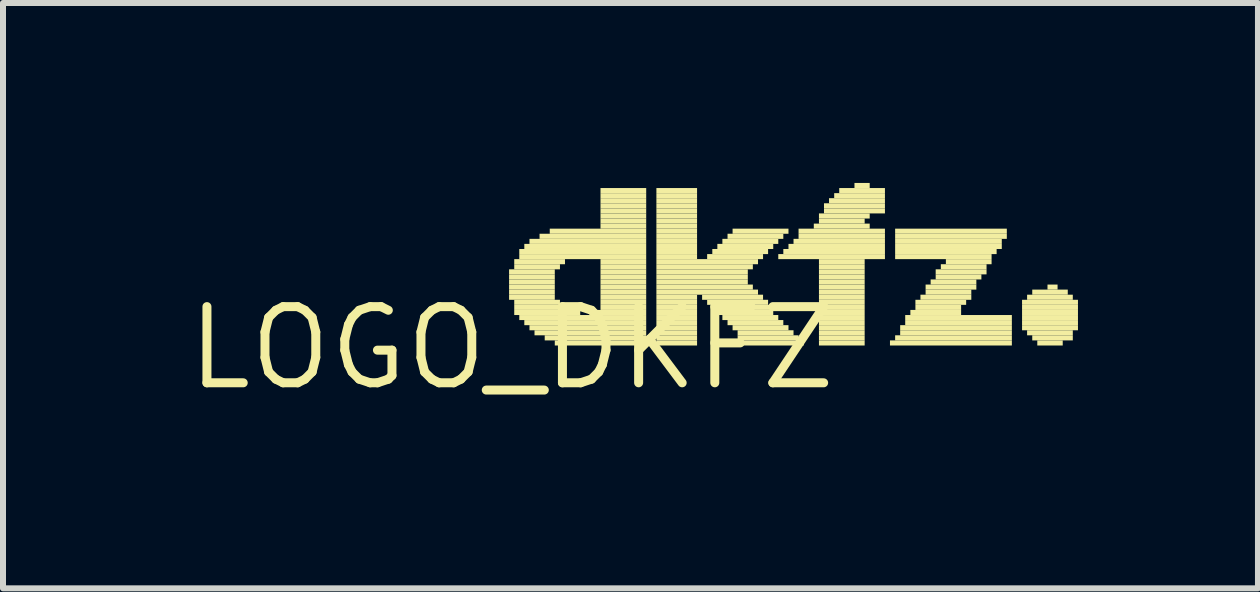
<source format=kicad_pcb>
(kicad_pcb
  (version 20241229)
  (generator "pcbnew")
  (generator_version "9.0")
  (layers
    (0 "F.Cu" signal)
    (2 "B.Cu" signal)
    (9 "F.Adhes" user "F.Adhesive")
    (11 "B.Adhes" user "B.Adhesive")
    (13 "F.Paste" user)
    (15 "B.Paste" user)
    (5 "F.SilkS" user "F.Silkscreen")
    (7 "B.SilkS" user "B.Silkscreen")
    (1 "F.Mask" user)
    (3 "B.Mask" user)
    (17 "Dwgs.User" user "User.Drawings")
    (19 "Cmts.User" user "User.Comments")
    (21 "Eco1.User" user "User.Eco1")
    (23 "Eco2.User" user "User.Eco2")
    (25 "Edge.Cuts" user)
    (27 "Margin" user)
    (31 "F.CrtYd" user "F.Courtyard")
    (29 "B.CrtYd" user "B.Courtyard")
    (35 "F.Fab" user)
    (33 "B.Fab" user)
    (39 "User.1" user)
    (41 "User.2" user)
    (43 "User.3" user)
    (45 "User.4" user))
  (footprint "LOGO_DKFZ"
    (layer "F.Cu")
    (at 5.48 2.752)
    (property "Reference" "LOGO_DKFZ" (at 0 0 0) (layer "F.SilkS") (effects (font (size 1.27 1.27) (thickness 0.15))))
    (fp_poly (pts (xy -0.043 -1.228) (xy 0.719 -1.228) (xy 0.719 -1.312) (xy -0.043 -1.312)) (stroke (width 0) (type default)) (fill yes) (layer "F.SilkS"))
    (fp_poly (pts (xy -0.043 -1.143) (xy 0.719 -1.143) (xy 0.719 -1.228) (xy -0.043 -1.228)) (stroke (width 0) (type default)) (fill yes) (layer "F.SilkS"))
    (fp_poly (pts (xy -0.043 -1.058) (xy 0.719 -1.058) (xy 0.719 -1.143) (xy -0.043 -1.143)) (stroke (width 0) (type default)) (fill yes) (layer "F.SilkS"))
    (fp_poly (pts (xy -0.043 -0.974) (xy 0.719 -0.974) (xy 0.719 -1.058) (xy -0.043 -1.058)) (stroke (width 0) (type default)) (fill yes) (layer "F.SilkS"))
    (fp_poly (pts (xy -0.043 -0.889) (xy 0.719 -0.889) (xy 0.719 -0.974) (xy -0.043 -0.974)) (stroke (width 0) (type default)) (fill yes) (layer "F.SilkS"))
    (fp_poly (pts (xy -0.043 -0.804) (xy 0.719 -0.804) (xy 0.719 -0.889) (xy -0.043 -0.889)) (stroke (width 0) (type default)) (fill yes) (layer "F.SilkS"))
    (fp_poly (pts (xy 0.043 -1.397) (xy 0.889 -1.397) (xy 0.889 -1.482) (xy 0.043 -1.482)) (stroke (width 0) (type default)) (fill yes) (layer "F.SilkS"))
    (fp_poly (pts (xy 0.043 -1.312) (xy 0.805 -1.312) (xy 0.805 -1.397) (xy 0.043 -1.397)) (stroke (width 0) (type default)) (fill yes) (layer "F.SilkS"))
    (fp_poly (pts (xy 0.043 -0.72) (xy 0.805 -0.72) (xy 0.805 -0.804) (xy 0.043 -0.804)) (stroke (width 0) (type default)) (fill yes) (layer "F.SilkS"))
    (fp_poly (pts (xy 0.043 -0.635) (xy 0.889 -0.635) (xy 0.889 -0.72) (xy 0.043 -0.72)) (stroke (width 0) (type default)) (fill yes) (layer "F.SilkS"))
    (fp_poly (pts (xy 0.043 -0.55) (xy 1.143 -0.55) (xy 1.143 -0.635) (xy 0.043 -0.635)) (stroke (width 0) (type default)) (fill yes) (layer "F.SilkS"))
    (fp_poly (pts (xy 0.127 -1.566) (xy 2.243 -1.566) (xy 2.243 -1.651) (xy 0.127 -1.651)) (stroke (width 0) (type default)) (fill yes) (layer "F.SilkS"))
    (fp_poly (pts (xy 0.127 -1.482) (xy 2.243 -1.482) (xy 2.243 -1.566) (xy 0.127 -1.566)) (stroke (width 0) (type default)) (fill yes) (layer "F.SilkS"))
    (fp_poly (pts (xy 0.127 -0.466) (xy 2.243 -0.466) (xy 2.243 -0.55) (xy 0.127 -0.55)) (stroke (width 0) (type default)) (fill yes) (layer "F.SilkS"))
    (fp_poly (pts (xy 0.211 -1.651) (xy 2.243 -1.651) (xy 2.243 -1.736) (xy 0.211 -1.736)) (stroke (width 0) (type default)) (fill yes) (layer "F.SilkS"))
    (fp_poly (pts (xy 0.211 -0.381) (xy 2.243 -0.381) (xy 2.243 -0.466) (xy 0.211 -0.466)) (stroke (width 0) (type default)) (fill yes) (layer "F.SilkS"))
    (fp_poly (pts (xy 0.297 -1.736) (xy 2.243 -1.736) (xy 2.243 -1.82) (xy 0.297 -1.82)) (stroke (width 0) (type default)) (fill yes) (layer "F.SilkS"))
    (fp_poly (pts (xy 0.297 -0.296) (xy 2.243 -0.296) (xy 2.243 -0.381) (xy 0.297 -0.381)) (stroke (width 0) (type default)) (fill yes) (layer "F.SilkS"))
    (fp_poly (pts (xy 0.381 -0.212) (xy 2.243 -0.212) (xy 2.243 -0.296) (xy 0.381 -0.296)) (stroke (width 0) (type default)) (fill yes) (layer "F.SilkS"))
    (fp_poly (pts (xy 0.465 -1.82) (xy 2.243 -1.82) (xy 2.243 -1.905) (xy 0.465 -1.905)) (stroke (width 0) (type default)) (fill yes) (layer "F.SilkS"))
    (fp_poly (pts (xy 0.551 -0.127) (xy 2.243 -0.127) (xy 2.243 -0.212) (xy 0.551 -0.212)) (stroke (width 0) (type default)) (fill yes) (layer "F.SilkS"))
    (fp_poly (pts (xy 0.635 -1.905) (xy 2.243 -1.905) (xy 2.243 -1.99) (xy 0.635 -1.99)) (stroke (width 0) (type default)) (fill yes) (layer "F.SilkS"))
    (fp_poly (pts (xy 0.719 -0.042) (xy 2.243 -0.042) (xy 2.243 -0.127) (xy 0.719 -0.127)) (stroke (width 0) (type default)) (fill yes) (layer "F.SilkS"))
    (fp_poly (pts (xy 1.313 -0.55) (xy 2.243 -0.55) (xy 2.243 -0.635) (xy 1.313 -0.635)) (stroke (width 0) (type default)) (fill yes) (layer "F.SilkS"))
    (fp_poly (pts (xy 1.481 -2.582) (xy 2.243 -2.582) (xy 2.243 -2.667) (xy 1.481 -2.667)) (stroke (width 0) (type default)) (fill yes) (layer "F.SilkS"))
    (fp_poly (pts (xy 1.481 -2.498) (xy 2.243 -2.498) (xy 2.243 -2.582) (xy 1.481 -2.582)) (stroke (width 0) (type default)) (fill yes) (layer "F.SilkS"))
    (fp_poly (pts (xy 1.481 -2.413) (xy 2.243 -2.413) (xy 2.243 -2.498) (xy 1.481 -2.498)) (stroke (width 0) (type default)) (fill yes) (layer "F.SilkS"))
    (fp_poly (pts (xy 1.481 -2.328) (xy 2.243 -2.328) (xy 2.243 -2.413) (xy 1.481 -2.413)) (stroke (width 0) (type default)) (fill yes) (layer "F.SilkS"))
    (fp_poly (pts (xy 1.481 -2.244) (xy 2.243 -2.244) (xy 2.243 -2.328) (xy 1.481 -2.328)) (stroke (width 0) (type default)) (fill yes) (layer "F.SilkS"))
    (fp_poly (pts (xy 1.481 -2.159) (xy 2.243 -2.159) (xy 2.243 -2.244) (xy 1.481 -2.244)) (stroke (width 0) (type default)) (fill yes) (layer "F.SilkS"))
    (fp_poly (pts (xy 1.481 -2.074) (xy 2.243 -2.074) (xy 2.243 -2.159) (xy 1.481 -2.159)) (stroke (width 0) (type default)) (fill yes) (layer "F.SilkS"))
    (fp_poly (pts (xy 1.481 -1.99) (xy 2.243 -1.99) (xy 2.243 -2.074) (xy 1.481 -2.074)) (stroke (width 0) (type default)) (fill yes) (layer "F.SilkS"))
    (fp_poly (pts (xy 1.481 -1.397) (xy 2.243 -1.397) (xy 2.243 -1.482) (xy 1.481 -1.482)) (stroke (width 0) (type default)) (fill yes) (layer "F.SilkS"))
    (fp_poly (pts (xy 1.481 -1.312) (xy 2.243 -1.312) (xy 2.243 -1.397) (xy 1.481 -1.397)) (stroke (width 0) (type default)) (fill yes) (layer "F.SilkS"))
    (fp_poly (pts (xy 1.481 -1.228) (xy 2.243 -1.228) (xy 2.243 -1.312) (xy 1.481 -1.312)) (stroke (width 0) (type default)) (fill yes) (layer "F.SilkS"))
    (fp_poly (pts (xy 1.481 -1.143) (xy 2.243 -1.143) (xy 2.243 -1.228) (xy 1.481 -1.228)) (stroke (width 0) (type default)) (fill yes) (layer "F.SilkS"))
    (fp_poly (pts (xy 1.481 -1.058) (xy 2.243 -1.058) (xy 2.243 -1.143) (xy 1.481 -1.143)) (stroke (width 0) (type default)) (fill yes) (layer "F.SilkS"))
    (fp_poly (pts (xy 1.481 -0.974) (xy 2.243 -0.974) (xy 2.243 -1.058) (xy 1.481 -1.058)) (stroke (width 0) (type default)) (fill yes) (layer "F.SilkS"))
    (fp_poly (pts (xy 1.481 -0.889) (xy 2.243 -0.889) (xy 2.243 -0.974) (xy 1.481 -0.974)) (stroke (width 0) (type default)) (fill yes) (layer "F.SilkS"))
    (fp_poly (pts (xy 1.481 -0.804) (xy 2.243 -0.804) (xy 2.243 -0.889) (xy 1.481 -0.889)) (stroke (width 0) (type default)) (fill yes) (layer "F.SilkS"))
    (fp_poly (pts (xy 1.481 -0.72) (xy 2.243 -0.72) (xy 2.243 -0.804) (xy 1.481 -0.804)) (stroke (width 0) (type default)) (fill yes) (layer "F.SilkS"))
    (fp_poly (pts (xy 1.481 -0.635) (xy 2.243 -0.635) (xy 2.243 -0.72) (xy 1.481 -0.72)) (stroke (width 0) (type default)) (fill yes) (layer "F.SilkS"))
    (fp_poly (pts (xy 2.413 -2.582) (xy 3.091 -2.582) (xy 3.091 -2.667) (xy 2.413 -2.667)) (stroke (width 0) (type default)) (fill yes) (layer "F.SilkS"))
    (fp_poly (pts (xy 2.413 -2.498) (xy 3.091 -2.498) (xy 3.091 -2.582) (xy 2.413 -2.582)) (stroke (width 0) (type default)) (fill yes) (layer "F.SilkS"))
    (fp_poly (pts (xy 2.413 -2.413) (xy 3.091 -2.413) (xy 3.091 -2.498) (xy 2.413 -2.498)) (stroke (width 0) (type default)) (fill yes) (layer "F.SilkS"))
    (fp_poly (pts (xy 2.413 -2.328) (xy 3.091 -2.328) (xy 3.091 -2.413) (xy 2.413 -2.413)) (stroke (width 0) (type default)) (fill yes) (layer "F.SilkS"))
    (fp_poly (pts (xy 2.413 -2.244) (xy 3.091 -2.244) (xy 3.091 -2.328) (xy 2.413 -2.328)) (stroke (width 0) (type default)) (fill yes) (layer "F.SilkS"))
    (fp_poly (pts (xy 2.413 -2.159) (xy 3.091 -2.159) (xy 3.091 -2.244) (xy 2.413 -2.244)) (stroke (width 0) (type default)) (fill yes) (layer "F.SilkS"))
    (fp_poly (pts (xy 2.413 -2.074) (xy 3.091 -2.074) (xy 3.091 -2.159) (xy 2.413 -2.159)) (stroke (width 0) (type default)) (fill yes) (layer "F.SilkS"))
    (fp_poly (pts (xy 2.413 -1.99) (xy 3.091 -1.99) (xy 3.091 -2.074) (xy 2.413 -2.074)) (stroke (width 0) (type default)) (fill yes) (layer "F.SilkS"))
    (fp_poly (pts (xy 2.413 -1.905) (xy 3.091 -1.905) (xy 3.091 -1.99) (xy 2.413 -1.99)) (stroke (width 0) (type default)) (fill yes) (layer "F.SilkS"))
    (fp_poly (pts (xy 2.413 -1.82) (xy 3.091 -1.82) (xy 3.091 -1.905) (xy 2.413 -1.905)) (stroke (width 0) (type default)) (fill yes) (layer "F.SilkS"))
    (fp_poly (pts (xy 2.413 -1.736) (xy 3.091 -1.736) (xy 3.091 -1.82) (xy 2.413 -1.82)) (stroke (width 0) (type default)) (fill yes) (layer "F.SilkS"))
    (fp_poly (pts (xy 2.413 -1.651) (xy 3.091 -1.651) (xy 3.091 -1.736) (xy 2.413 -1.736)) (stroke (width 0) (type default)) (fill yes) (layer "F.SilkS"))
    (fp_poly (pts (xy 2.413 -1.566) (xy 3.091 -1.566) (xy 3.091 -1.651) (xy 2.413 -1.651)) (stroke (width 0) (type default)) (fill yes) (layer "F.SilkS"))
    (fp_poly (pts (xy 2.413 -1.482) (xy 3.091 -1.482) (xy 3.091 -1.566) (xy 2.413 -1.566)) (stroke (width 0) (type default)) (fill yes) (layer "F.SilkS"))
    (fp_poly (pts (xy 2.413 -1.397) (xy 4.107 -1.397) (xy 4.107 -1.482) (xy 2.413 -1.482)) (stroke (width 0) (type default)) (fill yes) (layer "F.SilkS"))
    (fp_poly (pts (xy 2.413 -1.312) (xy 4.021 -1.312) (xy 4.021 -1.397) (xy 2.413 -1.397)) (stroke (width 0) (type default)) (fill yes) (layer "F.SilkS"))
    (fp_poly (pts (xy 2.413 -1.228) (xy 3.937 -1.228) (xy 3.937 -1.312) (xy 2.413 -1.312)) (stroke (width 0) (type default)) (fill yes) (layer "F.SilkS"))
    (fp_poly (pts (xy 2.413 -1.143) (xy 3.937 -1.143) (xy 3.937 -1.228) (xy 2.413 -1.228)) (stroke (width 0) (type default)) (fill yes) (layer "F.SilkS"))
    (fp_poly (pts (xy 2.413 -1.058) (xy 3.937 -1.058) (xy 3.937 -1.143) (xy 2.413 -1.143)) (stroke (width 0) (type default)) (fill yes) (layer "F.SilkS"))
    (fp_poly (pts (xy 2.413 -0.974) (xy 4.021 -0.974) (xy 4.021 -1.058) (xy 2.413 -1.058)) (stroke (width 0) (type default)) (fill yes) (layer "F.SilkS"))
    (fp_poly (pts (xy 2.413 -0.889) (xy 4.107 -0.889) (xy 4.107 -0.974) (xy 2.413 -0.974)) (stroke (width 0) (type default)) (fill yes) (layer "F.SilkS"))
    (fp_poly (pts (xy 2.413 -0.804) (xy 3.091 -0.804) (xy 3.091 -0.889) (xy 2.413 -0.889)) (stroke (width 0) (type default)) (fill yes) (layer "F.SilkS"))
    (fp_poly (pts (xy 2.413 -0.72) (xy 3.091 -0.72) (xy 3.091 -0.804) (xy 2.413 -0.804)) (stroke (width 0) (type default)) (fill yes) (layer "F.SilkS"))
    (fp_poly (pts (xy 2.413 -0.635) (xy 3.091 -0.635) (xy 3.091 -0.72) (xy 2.413 -0.72)) (stroke (width 0) (type default)) (fill yes) (layer "F.SilkS"))
    (fp_poly (pts (xy 2.413 -0.55) (xy 3.091 -0.55) (xy 3.091 -0.635) (xy 2.413 -0.635)) (stroke (width 0) (type default)) (fill yes) (layer "F.SilkS"))
    (fp_poly (pts (xy 2.413 -0.466) (xy 3.091 -0.466) (xy 3.091 -0.55) (xy 2.413 -0.55)) (stroke (width 0) (type default)) (fill yes) (layer "F.SilkS"))
    (fp_poly (pts (xy 2.413 -0.381) (xy 3.091 -0.381) (xy 3.091 -0.466) (xy 2.413 -0.466)) (stroke (width 0) (type default)) (fill yes) (layer "F.SilkS"))
    (fp_poly (pts (xy 2.413 -0.296) (xy 3.091 -0.296) (xy 3.091 -0.381) (xy 2.413 -0.381)) (stroke (width 0) (type default)) (fill yes) (layer "F.SilkS"))
    (fp_poly (pts (xy 2.413 -0.212) (xy 3.091 -0.212) (xy 3.091 -0.296) (xy 2.413 -0.296)) (stroke (width 0) (type default)) (fill yes) (layer "F.SilkS"))
    (fp_poly (pts (xy 2.413 -0.127) (xy 3.091 -0.127) (xy 3.091 -0.212) (xy 2.413 -0.212)) (stroke (width 0) (type default)) (fill yes) (layer "F.SilkS"))
    (fp_poly (pts (xy 2.413 -0.042) (xy 3.091 -0.042) (xy 3.091 -0.127) (xy 2.413 -0.127)) (stroke (width 0) (type default)) (fill yes) (layer "F.SilkS"))
    (fp_poly (pts (xy 3.175 -0.804) (xy 4.191 -0.804) (xy 4.191 -0.889) (xy 3.175 -0.889)) (stroke (width 0) (type default)) (fill yes) (layer "F.SilkS"))
    (fp_poly (pts (xy 3.259 -1.482) (xy 4.191 -1.482) (xy 4.191 -1.566) (xy 3.259 -1.566)) (stroke (width 0) (type default)) (fill yes) (layer "F.SilkS"))
    (fp_poly (pts (xy 3.259 -0.72) (xy 4.275 -0.72) (xy 4.275 -0.804) (xy 3.259 -0.804)) (stroke (width 0) (type default)) (fill yes) (layer "F.SilkS"))
    (fp_poly (pts (xy 3.345 -1.566) (xy 4.275 -1.566) (xy 4.275 -1.651) (xy 3.345 -1.651)) (stroke (width 0) (type default)) (fill yes) (layer "F.SilkS"))
    (fp_poly (pts (xy 3.345 -0.635) (xy 4.361 -0.635) (xy 4.361 -0.72) (xy 3.345 -0.72)) (stroke (width 0) (type default)) (fill yes) (layer "F.SilkS"))
    (fp_poly (pts (xy 3.429 -1.651) (xy 4.361 -1.651) (xy 4.361 -1.736) (xy 3.429 -1.736)) (stroke (width 0) (type default)) (fill yes) (layer "F.SilkS"))
    (fp_poly (pts (xy 3.429 -0.55) (xy 4.361 -0.55) (xy 4.361 -0.635) (xy 3.429 -0.635)) (stroke (width 0) (type default)) (fill yes) (layer "F.SilkS"))
    (fp_poly (pts (xy 3.513 -1.736) (xy 4.445 -1.736) (xy 4.445 -1.82) (xy 3.513 -1.82)) (stroke (width 0) (type default)) (fill yes) (layer "F.SilkS"))
    (fp_poly (pts (xy 3.513 -0.466) (xy 4.445 -0.466) (xy 4.445 -0.55) (xy 3.513 -0.55)) (stroke (width 0) (type default)) (fill yes) (layer "F.SilkS"))
    (fp_poly (pts (xy 3.599 -1.82) (xy 4.529 -1.82) (xy 4.529 -1.905) (xy 3.599 -1.905)) (stroke (width 0) (type default)) (fill yes) (layer "F.SilkS"))
    (fp_poly (pts (xy 3.599 -0.381) (xy 4.529 -0.381) (xy 4.529 -0.466) (xy 3.599 -0.466)) (stroke (width 0) (type default)) (fill yes) (layer "F.SilkS"))
    (fp_poly (pts (xy 3.683 -1.905) (xy 4.615 -1.905) (xy 4.615 -1.99) (xy 3.683 -1.99)) (stroke (width 0) (type default)) (fill yes) (layer "F.SilkS"))
    (fp_poly (pts (xy 3.683 -0.296) (xy 4.615 -0.296) (xy 4.615 -0.381) (xy 3.683 -0.381)) (stroke (width 0) (type default)) (fill yes) (layer "F.SilkS"))
    (fp_poly (pts (xy 3.767 -0.212) (xy 4.699 -0.212) (xy 4.699 -0.296) (xy 3.767 -0.296)) (stroke (width 0) (type default)) (fill yes) (layer "F.SilkS"))
    (fp_poly (pts (xy 3.767 -0.127) (xy 4.783 -0.127) (xy 4.783 -0.212) (xy 3.767 -0.212)) (stroke (width 0) (type default)) (fill yes) (layer "F.SilkS"))
    (fp_poly (pts (xy 3.853 -0.042) (xy 4.869 -0.042) (xy 4.869 -0.127) (xy 3.853 -0.127)) (stroke (width 0) (type default)) (fill yes) (layer "F.SilkS"))
    (fp_poly (pts (xy 4.445 -1.482) (xy 6.223 -1.482) (xy 6.223 -1.566) (xy 4.445 -1.566)) (stroke (width 0) (type default)) (fill yes) (layer "F.SilkS"))
    (fp_poly (pts (xy 4.529 -1.566) (xy 6.223 -1.566) (xy 6.223 -1.651) (xy 4.529 -1.651)) (stroke (width 0) (type default)) (fill yes) (layer "F.SilkS"))
    (fp_poly (pts (xy 4.615 -1.651) (xy 6.223 -1.651) (xy 6.223 -1.736) (xy 4.615 -1.736)) (stroke (width 0) (type default)) (fill yes) (layer "F.SilkS"))
    (fp_poly (pts (xy 4.699 -1.736) (xy 6.223 -1.736) (xy 6.223 -1.82) (xy 4.699 -1.82)) (stroke (width 0) (type default)) (fill yes) (layer "F.SilkS"))
    (fp_poly (pts (xy 4.783 -1.905) (xy 6.223 -1.905) (xy 6.223 -1.99) (xy 4.783 -1.99)) (stroke (width 0) (type default)) (fill yes) (layer "F.SilkS"))
    (fp_poly (pts (xy 4.783 -1.82) (xy 6.223 -1.82) (xy 6.223 -1.905) (xy 4.783 -1.905)) (stroke (width 0) (type default)) (fill yes) (layer "F.SilkS"))
    (fp_poly (pts (xy 5.037 -1.99) (xy 5.969 -1.99) (xy 5.969 -2.074) (xy 5.037 -2.074)) (stroke (width 0) (type default)) (fill yes) (layer "F.SilkS"))
    (fp_poly (pts (xy 5.123 -2.159) (xy 5.969 -2.159) (xy 5.969 -2.244) (xy 5.123 -2.244)) (stroke (width 0) (type default)) (fill yes) (layer "F.SilkS"))
    (fp_poly (pts (xy 5.123 -2.074) (xy 5.885 -2.074) (xy 5.885 -2.159) (xy 5.123 -2.159)) (stroke (width 0) (type default)) (fill yes) (layer "F.SilkS"))
    (fp_poly (pts (xy 5.123 -1.397) (xy 5.885 -1.397) (xy 5.885 -1.482) (xy 5.123 -1.482)) (stroke (width 0) (type default)) (fill yes) (layer "F.SilkS"))
    (fp_poly (pts (xy 5.123 -1.312) (xy 5.885 -1.312) (xy 5.885 -1.397) (xy 5.123 -1.397)) (stroke (width 0) (type default)) (fill yes) (layer "F.SilkS"))
    (fp_poly (pts (xy 5.123 -1.228) (xy 5.885 -1.228) (xy 5.885 -1.312) (xy 5.123 -1.312)) (stroke (width 0) (type default)) (fill yes) (layer "F.SilkS"))
    (fp_poly (pts (xy 5.123 -1.143) (xy 5.885 -1.143) (xy 5.885 -1.228) (xy 5.123 -1.228)) (stroke (width 0) (type default)) (fill yes) (layer "F.SilkS"))
    (fp_poly (pts (xy 5.123 -1.058) (xy 5.885 -1.058) (xy 5.885 -1.143) (xy 5.123 -1.143)) (stroke (width 0) (type default)) (fill yes) (layer "F.SilkS"))
    (fp_poly (pts (xy 5.123 -0.974) (xy 5.885 -0.974) (xy 5.885 -1.058) (xy 5.123 -1.058)) (stroke (width 0) (type default)) (fill yes) (layer "F.SilkS"))
    (fp_poly (pts (xy 5.123 -0.889) (xy 5.885 -0.889) (xy 5.885 -0.974) (xy 5.123 -0.974)) (stroke (width 0) (type default)) (fill yes) (layer "F.SilkS"))
    (fp_poly (pts (xy 5.123 -0.804) (xy 5.885 -0.804) (xy 5.885 -0.889) (xy 5.123 -0.889)) (stroke (width 0) (type default)) (fill yes) (layer "F.SilkS"))
    (fp_poly (pts (xy 5.123 -0.72) (xy 5.885 -0.72) (xy 5.885 -0.804) (xy 5.123 -0.804)) (stroke (width 0) (type default)) (fill yes) (layer "F.SilkS"))
    (fp_poly (pts (xy 5.123 -0.635) (xy 5.885 -0.635) (xy 5.885 -0.72) (xy 5.123 -0.72)) (stroke (width 0) (type default)) (fill yes) (layer "F.SilkS"))
    (fp_poly (pts (xy 5.123 -0.55) (xy 5.885 -0.55) (xy 5.885 -0.635) (xy 5.123 -0.635)) (stroke (width 0) (type default)) (fill yes) (layer "F.SilkS"))
    (fp_poly (pts (xy 5.123 -0.466) (xy 5.885 -0.466) (xy 5.885 -0.55) (xy 5.123 -0.55)) (stroke (width 0) (type default)) (fill yes) (layer "F.SilkS"))
    (fp_poly (pts (xy 5.123 -0.381) (xy 5.885 -0.381) (xy 5.885 -0.466) (xy 5.123 -0.466)) (stroke (width 0) (type default)) (fill yes) (layer "F.SilkS"))
    (fp_poly (pts (xy 5.123 -0.296) (xy 5.885 -0.296) (xy 5.885 -0.381) (xy 5.123 -0.381)) (stroke (width 0) (type default)) (fill yes) (layer "F.SilkS"))
    (fp_poly (pts (xy 5.123 -0.212) (xy 5.885 -0.212) (xy 5.885 -0.296) (xy 5.123 -0.296)) (stroke (width 0) (type default)) (fill yes) (layer "F.SilkS"))
    (fp_poly (pts (xy 5.123 -0.127) (xy 5.885 -0.127) (xy 5.885 -0.212) (xy 5.123 -0.212)) (stroke (width 0) (type default)) (fill yes) (layer "F.SilkS"))
    (fp_poly (pts (xy 5.123 -0.042) (xy 5.885 -0.042) (xy 5.885 -0.127) (xy 5.123 -0.127)) (stroke (width 0) (type default)) (fill yes) (layer "F.SilkS"))
    (fp_poly (pts (xy 5.207 -2.328) (xy 6.223 -2.328) (xy 6.223 -2.413) (xy 5.207 -2.413)) (stroke (width 0) (type default)) (fill yes) (layer "F.SilkS"))
    (fp_poly (pts (xy 5.207 -2.244) (xy 6.223 -2.244) (xy 6.223 -2.328) (xy 5.207 -2.328)) (stroke (width 0) (type default)) (fill yes) (layer "F.SilkS"))
    (fp_poly (pts (xy 5.291 -2.413) (xy 6.223 -2.413) (xy 6.223 -2.498) (xy 5.291 -2.498)) (stroke (width 0) (type default)) (fill yes) (layer "F.SilkS"))
    (fp_poly (pts (xy 5.377 -2.498) (xy 6.223 -2.498) (xy 6.223 -2.582) (xy 5.377 -2.582)) (stroke (width 0) (type default)) (fill yes) (layer "F.SilkS"))
    (fp_poly (pts (xy 5.461 -2.582) (xy 6.223 -2.582) (xy 6.223 -2.667) (xy 5.461 -2.667)) (stroke (width 0) (type default)) (fill yes) (layer "F.SilkS"))
    (fp_poly (pts (xy 5.715 -2.667) (xy 5.969 -2.667) (xy 5.969 -2.752) (xy 5.715 -2.752)) (stroke (width 0) (type default)) (fill yes) (layer "F.SilkS"))
    (fp_poly (pts (xy 6.307 -0.042) (xy 8.339 -0.042) (xy 8.339 -0.127) (xy 6.307 -0.127)) (stroke (width 0) (type default)) (fill yes) (layer "F.SilkS"))
    (fp_poly (pts (xy 6.393 -1.905) (xy 8.255 -1.905) (xy 8.255 -1.99) (xy 6.393 -1.99)) (stroke (width 0) (type default)) (fill yes) (layer "F.SilkS"))
    (fp_poly (pts (xy 6.393 -1.82) (xy 8.255 -1.82) (xy 8.255 -1.905) (xy 6.393 -1.905)) (stroke (width 0) (type default)) (fill yes) (layer "F.SilkS"))
    (fp_poly (pts (xy 6.393 -1.736) (xy 8.171 -1.736) (xy 8.171 -1.82) (xy 6.393 -1.82)) (stroke (width 0) (type default)) (fill yes) (layer "F.SilkS"))
    (fp_poly (pts (xy 6.393 -1.651) (xy 8.171 -1.651) (xy 8.171 -1.736) (xy 6.393 -1.736)) (stroke (width 0) (type default)) (fill yes) (layer "F.SilkS"))
    (fp_poly (pts (xy 6.393 -1.566) (xy 8.085 -1.566) (xy 8.085 -1.651) (xy 6.393 -1.651)) (stroke (width 0) (type default)) (fill yes) (layer "F.SilkS"))
    (fp_poly (pts (xy 6.393 -1.482) (xy 8.001 -1.482) (xy 8.001 -1.566) (xy 6.393 -1.566)) (stroke (width 0) (type default)) (fill yes) (layer "F.SilkS"))
    (fp_poly (pts (xy 6.393 -0.127) (xy 8.339 -0.127) (xy 8.339 -0.212) (xy 6.393 -0.212)) (stroke (width 0) (type default)) (fill yes) (layer "F.SilkS"))
    (fp_poly (pts (xy 6.477 -0.296) (xy 8.339 -0.296) (xy 8.339 -0.381) (xy 6.477 -0.381)) (stroke (width 0) (type default)) (fill yes) (layer "F.SilkS"))
    (fp_poly (pts (xy 6.477 -0.212) (xy 8.339 -0.212) (xy 8.339 -0.296) (xy 6.477 -0.296)) (stroke (width 0) (type default)) (fill yes) (layer "F.SilkS"))
    (fp_poly (pts (xy 6.561 -0.466) (xy 8.339 -0.466) (xy 8.339 -0.55) (xy 6.561 -0.55)) (stroke (width 0) (type default)) (fill yes) (layer "F.SilkS"))
    (fp_poly (pts (xy 6.561 -0.381) (xy 8.339 -0.381) (xy 8.339 -0.466) (xy 6.561 -0.466)) (stroke (width 0) (type default)) (fill yes) (layer "F.SilkS"))
    (fp_poly (pts (xy 6.647 -0.55) (xy 7.493 -0.55) (xy 7.493 -0.635) (xy 6.647 -0.635)) (stroke (width 0) (type default)) (fill yes) (layer "F.SilkS"))
    (fp_poly (pts (xy 6.731 -0.72) (xy 7.577 -0.72) (xy 7.577 -0.804) (xy 6.731 -0.804)) (stroke (width 0) (type default)) (fill yes) (layer "F.SilkS"))
    (fp_poly (pts (xy 6.731 -0.635) (xy 7.493 -0.635) (xy 7.493 -0.72) (xy 6.731 -0.72)) (stroke (width 0) (type default)) (fill yes) (layer "F.SilkS"))
    (fp_poly (pts (xy 6.815 -0.804) (xy 7.663 -0.804) (xy 7.663 -0.889) (xy 6.815 -0.889)) (stroke (width 0) (type default)) (fill yes) (layer "F.SilkS"))
    (fp_poly (pts (xy 6.901 -0.974) (xy 7.747 -0.974) (xy 7.747 -1.058) (xy 6.901 -1.058)) (stroke (width 0) (type default)) (fill yes) (layer "F.SilkS"))
    (fp_poly (pts (xy 6.901 -0.889) (xy 7.663 -0.889) (xy 7.663 -0.974) (xy 6.901 -0.974)) (stroke (width 0) (type default)) (fill yes) (layer "F.SilkS"))
    (fp_poly (pts (xy 6.985 -1.058) (xy 7.747 -1.058) (xy 7.747 -1.143) (xy 6.985 -1.143)) (stroke (width 0) (type default)) (fill yes) (layer "F.SilkS"))
    (fp_poly (pts (xy 7.069 -1.228) (xy 7.917 -1.228) (xy 7.917 -1.312) (xy 7.069 -1.312)) (stroke (width 0) (type default)) (fill yes) (layer "F.SilkS"))
    (fp_poly (pts (xy 7.069 -1.143) (xy 7.831 -1.143) (xy 7.831 -1.228) (xy 7.069 -1.228)) (stroke (width 0) (type default)) (fill yes) (layer "F.SilkS"))
    (fp_poly (pts (xy 7.155 -1.312) (xy 7.917 -1.312) (xy 7.917 -1.397) (xy 7.155 -1.397)) (stroke (width 0) (type default)) (fill yes) (layer "F.SilkS"))
    (fp_poly (pts (xy 7.239 -1.397) (xy 8.001 -1.397) (xy 8.001 -1.482) (xy 7.239 -1.482)) (stroke (width 0) (type default)) (fill yes) (layer "F.SilkS"))
    (fp_poly (pts (xy 8.509 -0.72) (xy 9.441 -0.72) (xy 9.441 -0.804) (xy 8.509 -0.804)) (stroke (width 0) (type default)) (fill yes) (layer "F.SilkS"))
    (fp_poly (pts (xy 8.509 -0.635) (xy 9.441 -0.635) (xy 9.441 -0.72) (xy 8.509 -0.72)) (stroke (width 0) (type default)) (fill yes) (layer "F.SilkS"))
    (fp_poly (pts (xy 8.509 -0.55) (xy 9.441 -0.55) (xy 9.441 -0.635) (xy 8.509 -0.635)) (stroke (width 0) (type default)) (fill yes) (layer "F.SilkS"))
    (fp_poly (pts (xy 8.509 -0.466) (xy 9.441 -0.466) (xy 9.441 -0.55) (xy 8.509 -0.55)) (stroke (width 0) (type default)) (fill yes) (layer "F.SilkS"))
    (fp_poly (pts (xy 8.509 -0.381) (xy 9.441 -0.381) (xy 9.441 -0.466) (xy 8.509 -0.466)) (stroke (width 0) (type default)) (fill yes) (layer "F.SilkS"))
    (fp_poly (pts (xy 8.509 -0.296) (xy 9.441 -0.296) (xy 9.441 -0.381) (xy 8.509 -0.381)) (stroke (width 0) (type default)) (fill yes) (layer "F.SilkS"))
    (fp_poly (pts (xy 8.593 -0.804) (xy 9.355 -0.804) (xy 9.355 -0.889) (xy 8.593 -0.889)) (stroke (width 0) (type default)) (fill yes) (layer "F.SilkS"))
    (fp_poly (pts (xy 8.593 -0.212) (xy 9.355 -0.212) (xy 9.355 -0.296) (xy 8.593 -0.296)) (stroke (width 0) (type default)) (fill yes) (layer "F.SilkS"))
    (fp_poly (pts (xy 8.679 -0.889) (xy 9.271 -0.889) (xy 9.271 -0.974) (xy 8.679 -0.974)) (stroke (width 0) (type default)) (fill yes) (layer "F.SilkS"))
    (fp_poly (pts (xy 8.679 -0.127) (xy 9.355 -0.127) (xy 9.355 -0.212) (xy 8.679 -0.212)) (stroke (width 0) (type default)) (fill yes) (layer "F.SilkS"))
    (fp_poly (pts (xy 8.763 -0.042) (xy 9.187 -0.042) (xy 9.187 -0.127) (xy 8.763 -0.127)) (stroke (width 0) (type default)) (fill yes) (layer "F.SilkS"))
    (fp_poly (pts (xy 8.933 -0.974) (xy 9.101 -0.974) (xy 9.101 -1.058) (xy 8.933 -1.058)) (stroke (width 0) (type default)) (fill yes) (layer "F.SilkS")))
  (gr_rect
    (start -3 -3)
    (end 17.922 6.758)
    (stroke (width 0.1) (type default))
    (fill no)
    (layer "Edge.Cuts")))
</source>
